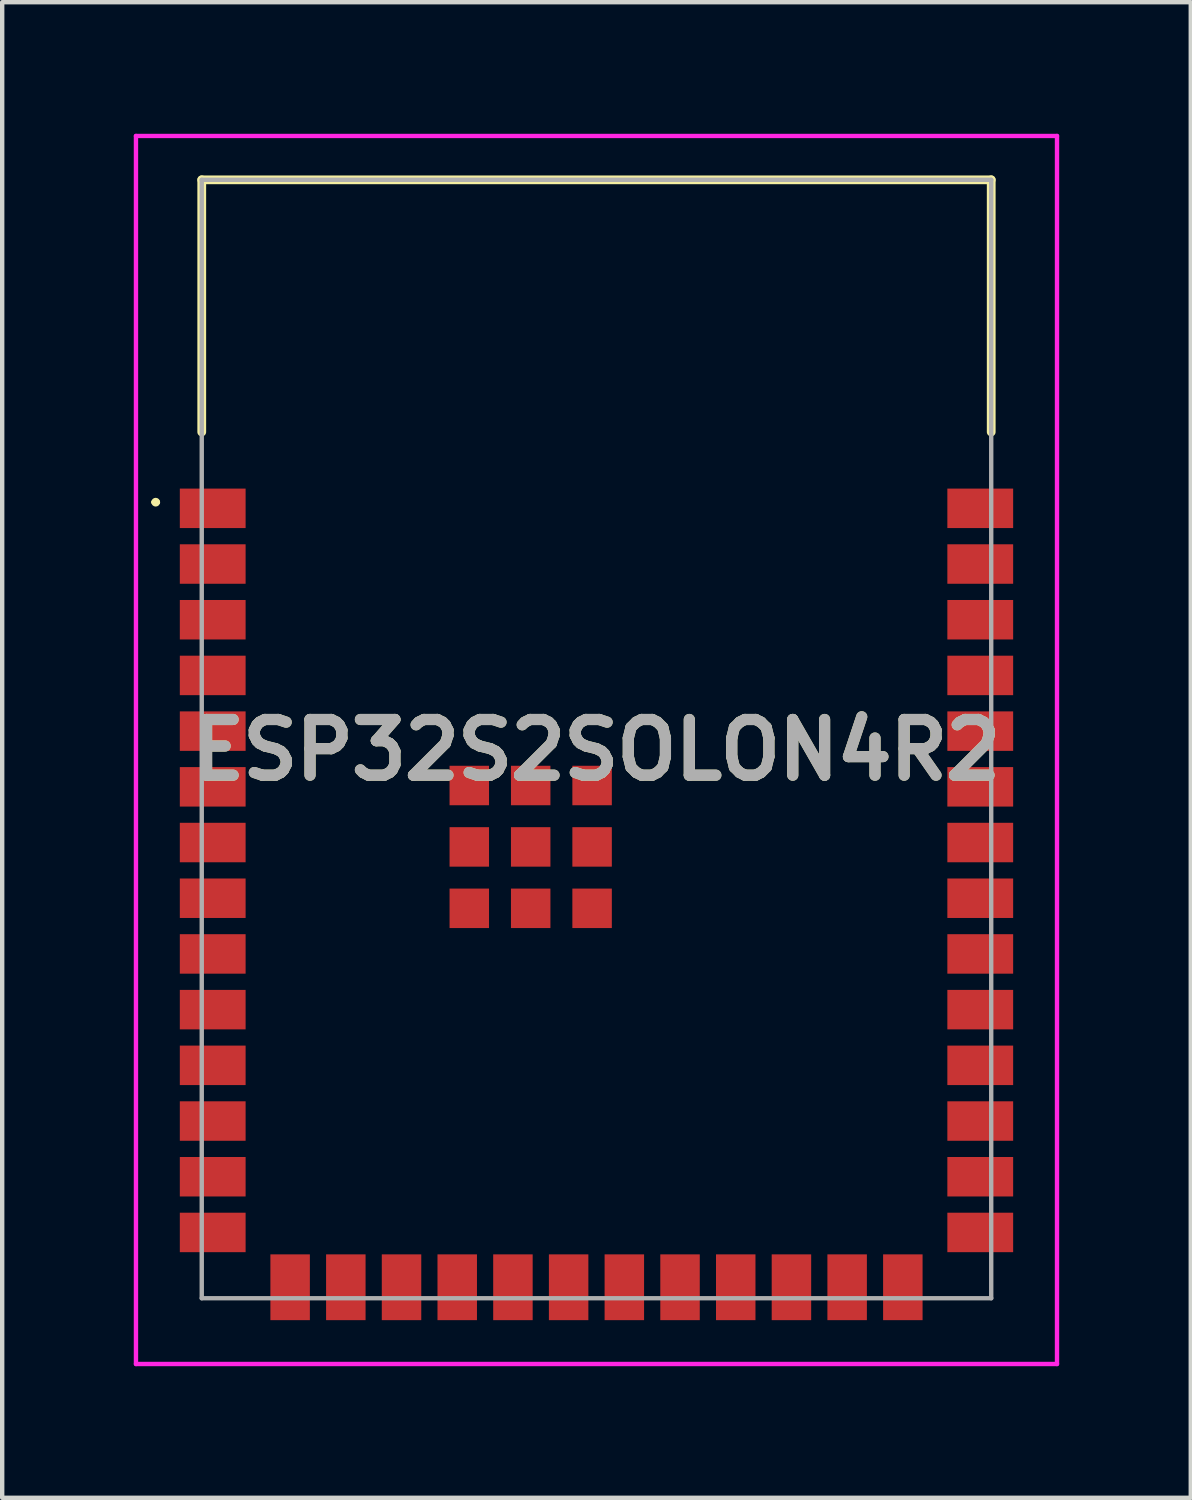
<source format=kicad_pcb>
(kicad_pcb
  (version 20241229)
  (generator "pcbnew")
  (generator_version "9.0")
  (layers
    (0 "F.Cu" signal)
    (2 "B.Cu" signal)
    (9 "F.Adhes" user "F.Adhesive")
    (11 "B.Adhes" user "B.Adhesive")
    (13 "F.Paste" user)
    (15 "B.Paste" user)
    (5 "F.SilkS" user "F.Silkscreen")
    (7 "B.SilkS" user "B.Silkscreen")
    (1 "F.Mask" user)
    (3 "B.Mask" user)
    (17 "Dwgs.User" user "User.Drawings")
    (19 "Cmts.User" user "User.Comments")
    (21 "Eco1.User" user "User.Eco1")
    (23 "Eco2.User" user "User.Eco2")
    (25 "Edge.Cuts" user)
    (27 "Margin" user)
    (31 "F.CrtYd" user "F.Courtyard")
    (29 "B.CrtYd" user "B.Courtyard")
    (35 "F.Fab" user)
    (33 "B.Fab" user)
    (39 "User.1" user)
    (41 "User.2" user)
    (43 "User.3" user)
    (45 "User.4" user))
  (footprint "ESP32S2SOLON4R2"
    (layer "F.Cu")
    (at 10.55 13.8)
    (property "Reference" "ESP32S2SOLON4R2" (at 0 0.25 0) (layer "F.SilkS") (effects (font (size 1.27 1.27) (thickness 0.254))))
    (attr smd)
    (fp_line (start -10.1 -5.4) (end -10.1 -5.4) (stroke (width 0.1) (type solid)) (layer "F.SilkS"))
    (fp_line (start -10 -5.4) (end -10 -5.4) (stroke (width 0.1) (type solid)) (layer "F.SilkS"))
    (fp_line (start -9 -12.75) (end 9 -12.75) (stroke (width 0.2) (type solid)) (layer "F.SilkS"))
    (fp_line (start -9 -7) (end -9 -12.75) (stroke (width 0.2) (type solid)) (layer "F.SilkS"))
    (fp_line (start 9 -12.75) (end 9 -7) (stroke (width 0.2) (type solid)) (layer "F.SilkS"))
    (fp_arc (start -10.1 -5.4) (mid -10.05 -5.45) (end -10 -5.4) (stroke (width 0.1) (type solid)) (layer "F.SilkS"))
    (fp_arc (start -10 -5.4) (mid -10.05 -5.35) (end -10.1 -5.4) (stroke (width 0.1) (type solid)) (layer "F.SilkS"))
    (fp_line (start -10.5 -13.75) (end 10.5 -13.75) (stroke (width 0.1) (type solid)) (layer "F.CrtYd"))
    (fp_line (start -10.5 14.25) (end -10.5 -13.75) (stroke (width 0.1) (type solid)) (layer "F.CrtYd"))
    (fp_line (start 10.5 -13.75) (end 10.5 14.25) (stroke (width 0.1) (type solid)) (layer "F.CrtYd"))
    (fp_line (start 10.5 14.25) (end -10.5 14.25) (stroke (width 0.1) (type solid)) (layer "F.CrtYd"))
    (fp_line (start -9 -12.75) (end 9 -12.75) (stroke (width 0.1) (type solid)) (layer "F.Fab"))
    (fp_line (start -9 12.75) (end -9 -12.75) (stroke (width 0.1) (type solid)) (layer "F.Fab"))
    (fp_line (start 9 -12.75) (end 9 12.75) (stroke (width 0.1) (type solid)) (layer "F.Fab"))
    (fp_line (start 9 12.75) (end -9 12.75) (stroke (width 0.1) (type solid)) (layer "F.Fab"))
    (fp_text user "${REFERENCE}" (at 0 0.25 0) (layer "F.Fab") (effects (font (size 1.27 1.27) (thickness 0.254))))
    (pad "1" smd rect (at -8.75 -5.26 90) (size 0.9 1.5) (layers "F.Cu" "F.Mask" "F.Paste"))
    (pad "2" smd rect (at -8.75 -3.99 90) (size 0.9 1.5) (layers "F.Cu" "F.Mask" "F.Paste"))
    (pad "3" smd rect (at -8.75 -2.72 90) (size 0.9 1.5) (layers "F.Cu" "F.Mask" "F.Paste"))
    (pad "4" smd rect (at -8.75 -1.45 90) (size 0.9 1.5) (layers "F.Cu" "F.Mask" "F.Paste"))
    (pad "5" smd rect (at -8.75 -0.18 90) (size 0.9 1.5) (layers "F.Cu" "F.Mask" "F.Paste"))
    (pad "6" smd rect (at -8.75 1.09 90) (size 0.9 1.5) (layers "F.Cu" "F.Mask" "F.Paste"))
    (pad "7" smd rect (at -8.75 2.36 90) (size 0.9 1.5) (layers "F.Cu" "F.Mask" "F.Paste"))
    (pad "8" smd rect (at -8.75 3.63 90) (size 0.9 1.5) (layers "F.Cu" "F.Mask" "F.Paste"))
    (pad "9" smd rect (at -8.75 4.9 90) (size 0.9 1.5) (layers "F.Cu" "F.Mask" "F.Paste"))
    (pad "10" smd rect (at -8.75 6.17 90) (size 0.9 1.5) (layers "F.Cu" "F.Mask" "F.Paste"))
    (pad "11" smd rect (at -8.75 7.44 90) (size 0.9 1.5) (layers "F.Cu" "F.Mask" "F.Paste"))
    (pad "12" smd rect (at -8.75 8.71 90) (size 0.9 1.5) (layers "F.Cu" "F.Mask" "F.Paste"))
    (pad "13" smd rect (at -8.75 9.98 90) (size 0.9 1.5) (layers "F.Cu" "F.Mask" "F.Paste"))
    (pad "14" smd rect (at -8.75 11.25 90) (size 0.9 1.5) (layers "F.Cu" "F.Mask" "F.Paste"))
    (pad "15" smd rect (at -6.985 12.5) (size 0.9 1.5) (layers "F.Cu" "F.Mask" "F.Paste"))
    (pad "16" smd rect (at -5.715 12.5) (size 0.9 1.5) (layers "F.Cu" "F.Mask" "F.Paste"))
    (pad "17" smd rect (at -4.445 12.5) (size 0.9 1.5) (layers "F.Cu" "F.Mask" "F.Paste"))
    (pad "18" smd rect (at -3.175 12.5) (size 0.9 1.5) (layers "F.Cu" "F.Mask" "F.Paste"))
    (pad "19" smd rect (at -1.905 12.5) (size 0.9 1.5) (layers "F.Cu" "F.Mask" "F.Paste"))
    (pad "20" smd rect (at -0.635 12.5) (size 0.9 1.5) (layers "F.Cu" "F.Mask" "F.Paste"))
    (pad "21" smd rect (at 0.635 12.5) (size 0.9 1.5) (layers "F.Cu" "F.Mask" "F.Paste"))
    (pad "22" smd rect (at 1.905 12.5) (size 0.9 1.5) (layers "F.Cu" "F.Mask" "F.Paste"))
    (pad "23" smd rect (at 3.175 12.5) (size 0.9 1.5) (layers "F.Cu" "F.Mask" "F.Paste"))
    (pad "24" smd rect (at 4.445 12.5) (size 0.9 1.5) (layers "F.Cu" "F.Mask" "F.Paste"))
    (pad "25" smd rect (at 5.715 12.5) (size 0.9 1.5) (layers "F.Cu" "F.Mask" "F.Paste"))
    (pad "26" smd rect (at 6.985 12.5) (size 0.9 1.5) (layers "F.Cu" "F.Mask" "F.Paste"))
    (pad "27" smd rect (at 8.75 11.25 90) (size 0.9 1.5) (layers "F.Cu" "F.Mask" "F.Paste"))
    (pad "28" smd rect (at 8.75 9.98 90) (size 0.9 1.5) (layers "F.Cu" "F.Mask" "F.Paste"))
    (pad "29" smd rect (at 8.75 8.71 90) (size 0.9 1.5) (layers "F.Cu" "F.Mask" "F.Paste"))
    (pad "30" smd rect (at 8.75 7.44 90) (size 0.9 1.5) (layers "F.Cu" "F.Mask" "F.Paste"))
    (pad "31" smd rect (at 8.75 6.17 90) (size 0.9 1.5) (layers "F.Cu" "F.Mask" "F.Paste"))
    (pad "32" smd rect (at 8.75 4.9 90) (size 0.9 1.5) (layers "F.Cu" "F.Mask" "F.Paste"))
    (pad "33" smd rect (at 8.75 3.63 90) (size 0.9 1.5) (layers "F.Cu" "F.Mask" "F.Paste"))
    (pad "34" smd rect (at 8.75 2.36 90) (size 0.9 1.5) (layers "F.Cu" "F.Mask" "F.Paste"))
    (pad "35" smd rect (at 8.75 1.09 90) (size 0.9 1.5) (layers "F.Cu" "F.Mask" "F.Paste"))
    (pad "36" smd rect (at 8.75 -0.18 90) (size 0.9 1.5) (layers "F.Cu" "F.Mask" "F.Paste"))
    (pad "37" smd rect (at 8.75 -1.45 90) (size 0.9 1.5) (layers "F.Cu" "F.Mask" "F.Paste"))
    (pad "38" smd rect (at 8.75 -2.72 90) (size 0.9 1.5) (layers "F.Cu" "F.Mask" "F.Paste"))
    (pad "39" smd rect (at 8.75 -3.99 90) (size 0.9 1.5) (layers "F.Cu" "F.Mask" "F.Paste"))
    (pad "40" smd rect (at 8.75 -5.26 90) (size 0.9 1.5) (layers "F.Cu" "F.Mask" "F.Paste"))
    (pad "41" smd rect (at -1.5 2.46) (size 0.9 0.9) (layers "F.Cu" "F.Mask" "F.Paste"))
    (pad "42" smd rect (at -1.5 1.06) (size 0.9 0.9) (layers "F.Cu" "F.Mask" "F.Paste"))
    (pad "43" smd rect (at -2.9 1.06) (size 0.9 0.9) (layers "F.Cu" "F.Mask" "F.Paste"))
    (pad "44" smd rect (at -2.9 2.46) (size 0.9 0.9) (layers "F.Cu" "F.Mask" "F.Paste"))
    (pad "45" smd rect (at -2.9 3.86) (size 0.9 0.9) (layers "F.Cu" "F.Mask" "F.Paste"))
    (pad "46" smd rect (at -1.5 3.86) (size 0.9 0.9) (layers "F.Cu" "F.Mask" "F.Paste"))
    (pad "47" smd rect (at -0.1 3.86) (size 0.9 0.9) (layers "F.Cu" "F.Mask" "F.Paste"))
    (pad "48" smd rect (at -0.1 2.46) (size 0.9 0.9) (layers "F.Cu" "F.Mask" "F.Paste"))
    (pad "49" smd rect (at -0.1 1.06) (size 0.9 0.9) (layers "F.Cu" "F.Mask" "F.Paste")))
  (gr_rect
    (start -3 -3)
    (end 24.1 31.1)
    (stroke (width 0.1) (type default))
    (fill no)
    (layer "Edge.Cuts")))
</source>
